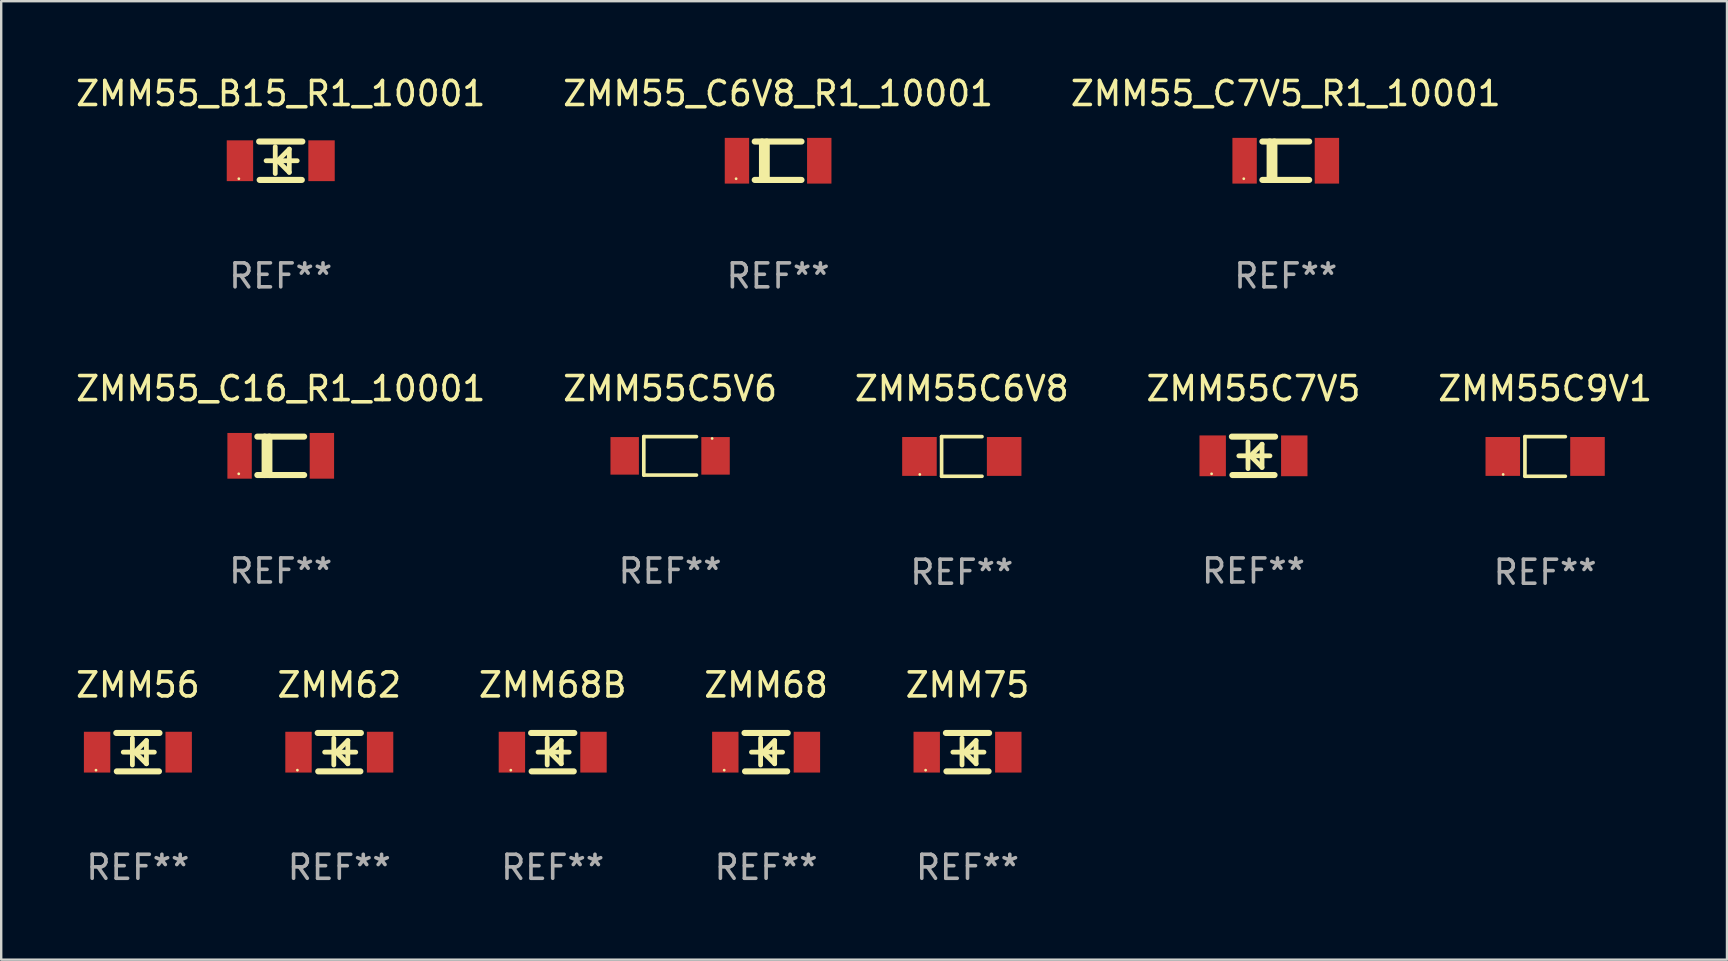
<source format=kicad_pcb>
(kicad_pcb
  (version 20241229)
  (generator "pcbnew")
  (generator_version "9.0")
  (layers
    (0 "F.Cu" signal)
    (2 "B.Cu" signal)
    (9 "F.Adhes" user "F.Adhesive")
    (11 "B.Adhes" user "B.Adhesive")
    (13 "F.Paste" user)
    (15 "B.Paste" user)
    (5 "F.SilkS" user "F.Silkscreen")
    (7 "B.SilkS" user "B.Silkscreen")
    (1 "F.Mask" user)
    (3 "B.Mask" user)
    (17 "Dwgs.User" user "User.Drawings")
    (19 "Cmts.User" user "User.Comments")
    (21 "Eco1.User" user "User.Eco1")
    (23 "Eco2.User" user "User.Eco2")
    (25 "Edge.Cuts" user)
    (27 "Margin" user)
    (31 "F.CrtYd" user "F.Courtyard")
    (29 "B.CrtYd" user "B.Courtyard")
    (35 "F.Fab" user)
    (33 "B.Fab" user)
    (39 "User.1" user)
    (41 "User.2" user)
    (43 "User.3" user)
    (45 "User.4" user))
  (footprint "ZMM55C5V6"
    (layer "F.Cu")
    (at 24.875 15.946)
    (property "Reference" "ZMM55C5V6" (at 0 -2.801 0) (layer "F.SilkS") (effects (font (size 1 1) (thickness 0.15))))
    (attr through_hole)
    (fp_line (start -1.097 -0.801) (end -1.097 0.801) (stroke (width 0.152) (type solid)) (layer "F.SilkS"))
    (fp_line (start -1.097 -0.801) (end 1.097 -0.801) (stroke (width 0.152) (type solid)) (layer "F.SilkS"))
    (fp_line (start -1.097 0.801) (end 1.097 0.801) (stroke (width 0.152) (type solid)) (layer "F.SilkS"))
    (fp_circle (center 1.75 -0.725) (end 1.78 -0.725) (stroke (width 0.06) (type solid)) (fill no) (layer "F.SilkS"))
    (fp_text user "REF**" (at 0 4.801 0) (layer "F.Fab") (effects (font (size 1 1) (thickness 0.15))))
    (pad "1" smd rect (at 1.893 0) (size 1.185 1.566) (layers "F.Cu" "F.Mask" "F.Paste"))
    (pad "2" smd rect (at -1.893 0) (size 1.185 1.566) (layers "F.Cu" "F.Mask" "F.Paste")))
  (footprint "ZMM75"
    (layer "F.Cu")
    (at 37.268 28.294)
    (property "Reference" "ZMM75" (at 0 -2.8 0) (layer "F.SilkS") (effects (font (size 1 1) (thickness 0.15))))
    (attr through_hole)
    (fp_line (start -0.9 -0.8) (end 0.9 -0.8) (stroke (width 0.254) (type solid)) (layer "F.SilkS"))
    (fp_line (start -0.878 0.8) (end 0.878 0.8) (stroke (width 0.254) (type solid)) (layer "F.SilkS"))
    (fp_line (start -0.61 0) (end 0.686 0) (stroke (width 0.2) (type solid)) (layer "F.SilkS"))
    (fp_line (start -0.229 -0.584) (end -0.229 0.533) (stroke (width 0.2) (type solid)) (layer "F.SilkS"))
    (fp_line (start -0.127 0) (end 0.356 -0.483) (stroke (width 0.2) (type solid)) (layer "F.SilkS"))
    (fp_line (start 0.356 -0.483) (end 0.356 0.483) (stroke (width 0.2) (type solid)) (layer "F.SilkS"))
    (fp_line (start 0.356 0.483) (end -0.102 0.025) (stroke (width 0.2) (type solid)) (layer "F.SilkS"))
    (fp_circle (center -1.746 0.75) (end -1.716 0.75) (stroke (width 0.06) (type solid)) (fill no) (layer "F.SilkS"))
    (fp_text user "REF**" (at 0 4.8 0) (layer "F.Fab") (effects (font (size 1 1) (thickness 0.15))))
    (pad "1" smd rect (at -1.7 0 180) (size 1.1 1.7) (layers "F.Cu" "F.Mask" "F.Paste"))
    (pad "2" smd rect (at 1.7 0 180) (size 1.1 1.7) (layers "F.Cu" "F.Mask" "F.Paste")))
  (footprint "ZMM55C7V5"
    (layer "F.Cu")
    (at 49.185 15.945)
    (property "Reference" "ZMM55C7V5" (at 0 -2.8 0) (layer "F.SilkS") (effects (font (size 1 1) (thickness 0.15))))
    (attr through_hole)
    (fp_line (start -0.9 -0.8) (end 0.9 -0.8) (stroke (width 0.254) (type solid)) (layer "F.SilkS"))
    (fp_line (start -0.878 0.8) (end 0.878 0.8) (stroke (width 0.254) (type solid)) (layer "F.SilkS"))
    (fp_line (start -0.61 0) (end 0.686 0) (stroke (width 0.2) (type solid)) (layer "F.SilkS"))
    (fp_line (start -0.229 -0.584) (end -0.229 0.533) (stroke (width 0.2) (type solid)) (layer "F.SilkS"))
    (fp_line (start -0.127 0) (end 0.356 -0.483) (stroke (width 0.2) (type solid)) (layer "F.SilkS"))
    (fp_line (start 0.356 -0.483) (end 0.356 0.483) (stroke (width 0.2) (type solid)) (layer "F.SilkS"))
    (fp_line (start 0.356 0.483) (end -0.102 0.025) (stroke (width 0.2) (type solid)) (layer "F.SilkS"))
    (fp_circle (center -1.746 0.75) (end -1.716 0.75) (stroke (width 0.06) (type solid)) (fill no) (layer "F.SilkS"))
    (fp_text user "REF**" (at 0 4.8 0) (layer "F.Fab") (effects (font (size 1 1) (thickness 0.15))))
    (pad "1" smd rect (at -1.7 0 180) (size 1.1 1.7) (layers "F.Cu" "F.Mask" "F.Paste"))
    (pad "2" smd rect (at 1.7 0 180) (size 1.1 1.7) (layers "F.Cu" "F.Mask" "F.Paste")))
  (footprint "ZMM68B"
    (layer "F.Cu")
    (at 19.982 28.294)
    (property "Reference" "ZMM68B" (at 0 -2.8 0) (layer "F.SilkS") (effects (font (size 1 1) (thickness 0.15))))
    (attr through_hole)
    (fp_line (start -0.9 -0.8) (end 0.9 -0.8) (stroke (width 0.254) (type solid)) (layer "F.SilkS"))
    (fp_line (start -0.878 0.8) (end 0.878 0.8) (stroke (width 0.254) (type solid)) (layer "F.SilkS"))
    (fp_line (start -0.61 0) (end 0.686 0) (stroke (width 0.2) (type solid)) (layer "F.SilkS"))
    (fp_line (start -0.229 -0.584) (end -0.229 0.533) (stroke (width 0.2) (type solid)) (layer "F.SilkS"))
    (fp_line (start -0.127 0) (end 0.356 -0.483) (stroke (width 0.2) (type solid)) (layer "F.SilkS"))
    (fp_line (start 0.356 -0.483) (end 0.356 0.483) (stroke (width 0.2) (type solid)) (layer "F.SilkS"))
    (fp_line (start 0.356 0.483) (end -0.102 0.025) (stroke (width 0.2) (type solid)) (layer "F.SilkS"))
    (fp_circle (center -1.746 0.75) (end -1.716 0.75) (stroke (width 0.06) (type solid)) (fill no) (layer "F.SilkS"))
    (fp_text user "REF**" (at 0 4.8 0) (layer "F.Fab") (effects (font (size 1 1) (thickness 0.15))))
    (pad "1" smd rect (at -1.7 0 180) (size 1.1 1.7) (layers "F.Cu" "F.Mask" "F.Paste"))
    (pad "2" smd rect (at 1.7 0 180) (size 1.1 1.7) (layers "F.Cu" "F.Mask" "F.Paste")))
  (footprint "ZMM56"
    (layer "F.Cu")
    (at 2.696 28.294)
    (property "Reference" "ZMM56" (at 0 -2.8 0) (layer "F.SilkS") (effects (font (size 1 1) (thickness 0.15))))
    (attr through_hole)
    (fp_line (start -0.9 -0.8) (end 0.9 -0.8) (stroke (width 0.254) (type solid)) (layer "F.SilkS"))
    (fp_line (start -0.878 0.8) (end 0.878 0.8) (stroke (width 0.254) (type solid)) (layer "F.SilkS"))
    (fp_line (start -0.61 0) (end 0.686 0) (stroke (width 0.2) (type solid)) (layer "F.SilkS"))
    (fp_line (start -0.229 -0.584) (end -0.229 0.533) (stroke (width 0.2) (type solid)) (layer "F.SilkS"))
    (fp_line (start -0.127 0) (end 0.356 -0.483) (stroke (width 0.2) (type solid)) (layer "F.SilkS"))
    (fp_line (start 0.356 -0.483) (end 0.356 0.483) (stroke (width 0.2) (type solid)) (layer "F.SilkS"))
    (fp_line (start 0.356 0.483) (end -0.102 0.025) (stroke (width 0.2) (type solid)) (layer "F.SilkS"))
    (fp_circle (center -1.746 0.75) (end -1.716 0.75) (stroke (width 0.06) (type solid)) (fill no) (layer "F.SilkS"))
    (fp_text user "REF**" (at 0 4.8 0) (layer "F.Fab") (effects (font (size 1 1) (thickness 0.15))))
    (pad "1" smd rect (at -1.7 0 180) (size 1.1 1.7) (layers "F.Cu" "F.Mask" "F.Paste"))
    (pad "2" smd rect (at 1.7 0 180) (size 1.1 1.7) (layers "F.Cu" "F.Mask" "F.Paste")))
  (footprint "ZMM55_B15_R1_10001"
    (layer "F.Cu")
    (at 8.649 3.648)
    (property "Reference" "ZMM55_B15_R1_10001" (at 0 -2.8 0) (layer "F.SilkS") (effects (font (size 1 1) (thickness 0.15))))
    (attr through_hole)
    (fp_line (start -0.9 -0.8) (end 0.9 -0.8) (stroke (width 0.254) (type solid)) (layer "F.SilkS"))
    (fp_line (start -0.878 0.8) (end 0.878 0.8) (stroke (width 0.254) (type solid)) (layer "F.SilkS"))
    (fp_line (start -0.61 0) (end 0.686 0) (stroke (width 0.2) (type solid)) (layer "F.SilkS"))
    (fp_line (start -0.229 -0.584) (end -0.229 0.533) (stroke (width 0.2) (type solid)) (layer "F.SilkS"))
    (fp_line (start -0.127 0) (end 0.356 -0.483) (stroke (width 0.2) (type solid)) (layer "F.SilkS"))
    (fp_line (start 0.356 -0.483) (end 0.356 0.483) (stroke (width 0.2) (type solid)) (layer "F.SilkS"))
    (fp_line (start 0.356 0.483) (end -0.102 0.025) (stroke (width 0.2) (type solid)) (layer "F.SilkS"))
    (fp_circle (center -1.746 0.75) (end -1.716 0.75) (stroke (width 0.06) (type solid)) (fill no) (layer "F.SilkS"))
    (fp_text user "REF**" (at 0 4.8 0) (layer "F.Fab") (effects (font (size 1 1) (thickness 0.15))))
    (pad "1" smd rect (at -1.7 0 180) (size 1.1 1.7) (layers "F.Cu" "F.Mask" "F.Paste"))
    (pad "2" smd rect (at 1.7 0 180) (size 1.1 1.7) (layers "F.Cu" "F.Mask" "F.Paste")))
  (footprint "ZMM55_C16_R1_10001"
    (layer "F.Cu")
    (at 8.649 15.945)
    (property "Reference" "ZMM55_C16_R1_10001" (at 0 -2.8 0) (layer "F.SilkS") (effects (font (size 1 1) (thickness 0.15))))
    (attr through_hole)
    (fp_line (start -0.975 -0.8) (end 0.975 -0.8) (stroke (width 0.254) (type solid)) (layer "F.SilkS"))
    (fp_line (start -0.975 0.8) (end 0.975 0.8) (stroke (width 0.254) (type solid)) (layer "F.SilkS"))
    (fp_line (start -0.671 -0.8) (end -0.671 0.8) (stroke (width 0.254) (type solid)) (layer "F.SilkS"))
    (fp_line (start -0.474 -0.8) (end -0.474 0.8) (stroke (width 0.254) (type solid)) (layer "F.SilkS"))
    (fp_circle (center -1.75 0.75) (end -1.72 0.75) (stroke (width 0.06) (type solid)) (fill no) (layer "F.SilkS"))
    (fp_text user "REF**" (at 0 4.8 0) (layer "F.Fab") (effects (font (size 1 1) (thickness 0.15))))
    (pad "1" smd rect (at -1.715 0 180) (size 1.016 1.905) (layers "F.Cu" "F.Mask" "F.Paste"))
    (pad "2" smd rect (at 1.715 0 180) (size 1.016 1.905) (layers "F.Cu" "F.Mask" "F.Paste")))
  (footprint "ZMM68"
    (layer "F.Cu")
    (at 28.875 28.294)
    (property "Reference" "ZMM68" (at 0 -2.8 0) (layer "F.SilkS") (effects (font (size 1 1) (thickness 0.15))))
    (attr through_hole)
    (fp_line (start -0.9 -0.8) (end 0.9 -0.8) (stroke (width 0.254) (type solid)) (layer "F.SilkS"))
    (fp_line (start -0.878 0.8) (end 0.878 0.8) (stroke (width 0.254) (type solid)) (layer "F.SilkS"))
    (fp_line (start -0.61 0) (end 0.686 0) (stroke (width 0.2) (type solid)) (layer "F.SilkS"))
    (fp_line (start -0.229 -0.584) (end -0.229 0.533) (stroke (width 0.2) (type solid)) (layer "F.SilkS"))
    (fp_line (start -0.127 0) (end 0.356 -0.483) (stroke (width 0.2) (type solid)) (layer "F.SilkS"))
    (fp_line (start 0.356 -0.483) (end 0.356 0.483) (stroke (width 0.2) (type solid)) (layer "F.SilkS"))
    (fp_line (start 0.356 0.483) (end -0.102 0.025) (stroke (width 0.2) (type solid)) (layer "F.SilkS"))
    (fp_circle (center -1.746 0.75) (end -1.716 0.75) (stroke (width 0.06) (type solid)) (fill no) (layer "F.SilkS"))
    (fp_text user "REF**" (at 0 4.8 0) (layer "F.Fab") (effects (font (size 1 1) (thickness 0.15))))
    (pad "1" smd rect (at -1.7 0 180) (size 1.1 1.7) (layers "F.Cu" "F.Mask" "F.Paste"))
    (pad "2" smd rect (at 1.7 0 180) (size 1.1 1.7) (layers "F.Cu" "F.Mask" "F.Paste")))
  (footprint "ZMM62"
    (layer "F.Cu")
    (at 11.089 28.294)
    (property "Reference" "ZMM62" (at 0 -2.8 0) (layer "F.SilkS") (effects (font (size 1 1) (thickness 0.15))))
    (attr through_hole)
    (fp_line (start -0.9 -0.8) (end 0.9 -0.8) (stroke (width 0.254) (type solid)) (layer "F.SilkS"))
    (fp_line (start -0.878 0.8) (end 0.878 0.8) (stroke (width 0.254) (type solid)) (layer "F.SilkS"))
    (fp_line (start -0.61 0) (end 0.686 0) (stroke (width 0.2) (type solid)) (layer "F.SilkS"))
    (fp_line (start -0.229 -0.584) (end -0.229 0.533) (stroke (width 0.2) (type solid)) (layer "F.SilkS"))
    (fp_line (start -0.127 0) (end 0.356 -0.483) (stroke (width 0.2) (type solid)) (layer "F.SilkS"))
    (fp_line (start 0.356 -0.483) (end 0.356 0.483) (stroke (width 0.2) (type solid)) (layer "F.SilkS"))
    (fp_line (start 0.356 0.483) (end -0.102 0.025) (stroke (width 0.2) (type solid)) (layer "F.SilkS"))
    (fp_circle (center -1.746 0.75) (end -1.716 0.75) (stroke (width 0.06) (type solid)) (fill no) (layer "F.SilkS"))
    (fp_text user "REF**" (at 0 4.8 0) (layer "F.Fab") (effects (font (size 1 1) (thickness 0.15))))
    (pad "1" smd rect (at -1.7 0 180) (size 1.1 1.7) (layers "F.Cu" "F.Mask" "F.Paste"))
    (pad "2" smd rect (at 1.7 0 180) (size 1.1 1.7) (layers "F.Cu" "F.Mask" "F.Paste")))
  (footprint "ZMM55C9V1"
    (layer "F.Cu")
    (at 61.339 15.971)
    (property "Reference" "ZMM55C9V1" (at 0 -2.826 0) (layer "F.SilkS") (effects (font (size 1 1) (thickness 0.15))))
    (attr through_hole)
    (fp_line (start -0.842 -0.826) (end -0.842 0.826) (stroke (width 0.152) (type solid)) (layer "F.SilkS"))
    (fp_line (start -0.842 -0.826) (end 0.842 -0.826) (stroke (width 0.152) (type solid)) (layer "F.SilkS"))
    (fp_line (start -0.842 0.826) (end 0.842 0.826) (stroke (width 0.152) (type solid)) (layer "F.SilkS"))
    (fp_circle (center -1.75 0.75) (end -1.72 0.75) (stroke (width 0.06) (type solid)) (fill no) (layer "F.SilkS"))
    (fp_text user "REF**" (at 0 4.826 0) (layer "F.Fab") (effects (font (size 1 1) (thickness 0.15))))
    (pad "1" smd rect (at -1.765 0) (size 1.44 1.62) (layers "F.Cu" "F.Mask" "F.Paste"))
    (pad "2" smd rect (at 1.765 0) (size 1.44 1.62) (layers "F.Cu" "F.Mask" "F.Paste")))
  (footprint "ZMM55C6V8"
    (layer "F.Cu")
    (at 37.03 15.971)
    (property "Reference" "ZMM55C6V8" (at 0 -2.826 0) (layer "F.SilkS") (effects (font (size 1 1) (thickness 0.15))))
    (attr through_hole)
    (fp_line (start -0.842 -0.826) (end -0.842 0.826) (stroke (width 0.152) (type solid)) (layer "F.SilkS"))
    (fp_line (start -0.842 -0.826) (end 0.842 -0.826) (stroke (width 0.152) (type solid)) (layer "F.SilkS"))
    (fp_line (start -0.842 0.826) (end 0.842 0.826) (stroke (width 0.152) (type solid)) (layer "F.SilkS"))
    (fp_circle (center -1.75 0.75) (end -1.72 0.75) (stroke (width 0.06) (type solid)) (fill no) (layer "F.SilkS"))
    (fp_text user "REF**" (at 0 4.826 0) (layer "F.Fab") (effects (font (size 1 1) (thickness 0.15))))
    (pad "1" smd rect (at -1.765 0) (size 1.44 1.62) (layers "F.Cu" "F.Mask" "F.Paste"))
    (pad "2" smd rect (at 1.765 0) (size 1.44 1.62) (layers "F.Cu" "F.Mask" "F.Paste")))
  (footprint "ZMM55_C6V8_R1_10001"
    (layer "F.Cu")
    (at 29.375 3.648)
    (property "Reference" "ZMM55_C6V8_R1_10001" (at 0 -2.8 0) (layer "F.SilkS") (effects (font (size 1 1) (thickness 0.15))))
    (attr through_hole)
    (fp_line (start -0.975 -0.8) (end 0.975 -0.8) (stroke (width 0.254) (type solid)) (layer "F.SilkS"))
    (fp_line (start -0.975 0.8) (end 0.975 0.8) (stroke (width 0.254) (type solid)) (layer "F.SilkS"))
    (fp_line (start -0.671 -0.8) (end -0.671 0.8) (stroke (width 0.254) (type solid)) (layer "F.SilkS"))
    (fp_line (start -0.474 -0.8) (end -0.474 0.8) (stroke (width 0.254) (type solid)) (layer "F.SilkS"))
    (fp_circle (center -1.75 0.75) (end -1.72 0.75) (stroke (width 0.06) (type solid)) (fill no) (layer "F.SilkS"))
    (fp_text user "REF**" (at 0 4.8 0) (layer "F.Fab") (effects (font (size 1 1) (thickness 0.15))))
    (pad "1" smd rect (at -1.715 0 180) (size 1.016 1.905) (layers "F.Cu" "F.Mask" "F.Paste"))
    (pad "2" smd rect (at 1.715 0 180) (size 1.016 1.905) (layers "F.Cu" "F.Mask" "F.Paste")))
  (footprint "ZMM55_C7V5_R1_10001"
    (layer "F.Cu")
    (at 50.53 3.648)
    (property "Reference" "ZMM55_C7V5_R1_10001" (at 0 -2.8 0) (layer "F.SilkS") (effects (font (size 1 1) (thickness 0.15))))
    (attr through_hole)
    (fp_line (start -0.975 -0.8) (end 0.975 -0.8) (stroke (width 0.254) (type solid)) (layer "F.SilkS"))
    (fp_line (start -0.975 0.8) (end 0.975 0.8) (stroke (width 0.254) (type solid)) (layer "F.SilkS"))
    (fp_line (start -0.671 -0.8) (end -0.671 0.8) (stroke (width 0.254) (type solid)) (layer "F.SilkS"))
    (fp_line (start -0.474 -0.8) (end -0.474 0.8) (stroke (width 0.254) (type solid)) (layer "F.SilkS"))
    (fp_circle (center -1.75 0.75) (end -1.72 0.75) (stroke (width 0.06) (type solid)) (fill no) (layer "F.SilkS"))
    (fp_text user "REF**" (at 0 4.8 0) (layer "F.Fab") (effects (font (size 1 1) (thickness 0.15))))
    (pad "1" smd rect (at -1.715 0 180) (size 1.016 1.905) (layers "F.Cu" "F.Mask" "F.Paste"))
    (pad "2" smd rect (at 1.715 0 180) (size 1.016 1.905) (layers "F.Cu" "F.Mask" "F.Paste")))
  (gr_rect
    (start -3 -3)
    (end 68.917 36.942)
    (stroke (width 0.1) (type default))
    (fill no)
    (layer "Edge.Cuts")))
</source>
